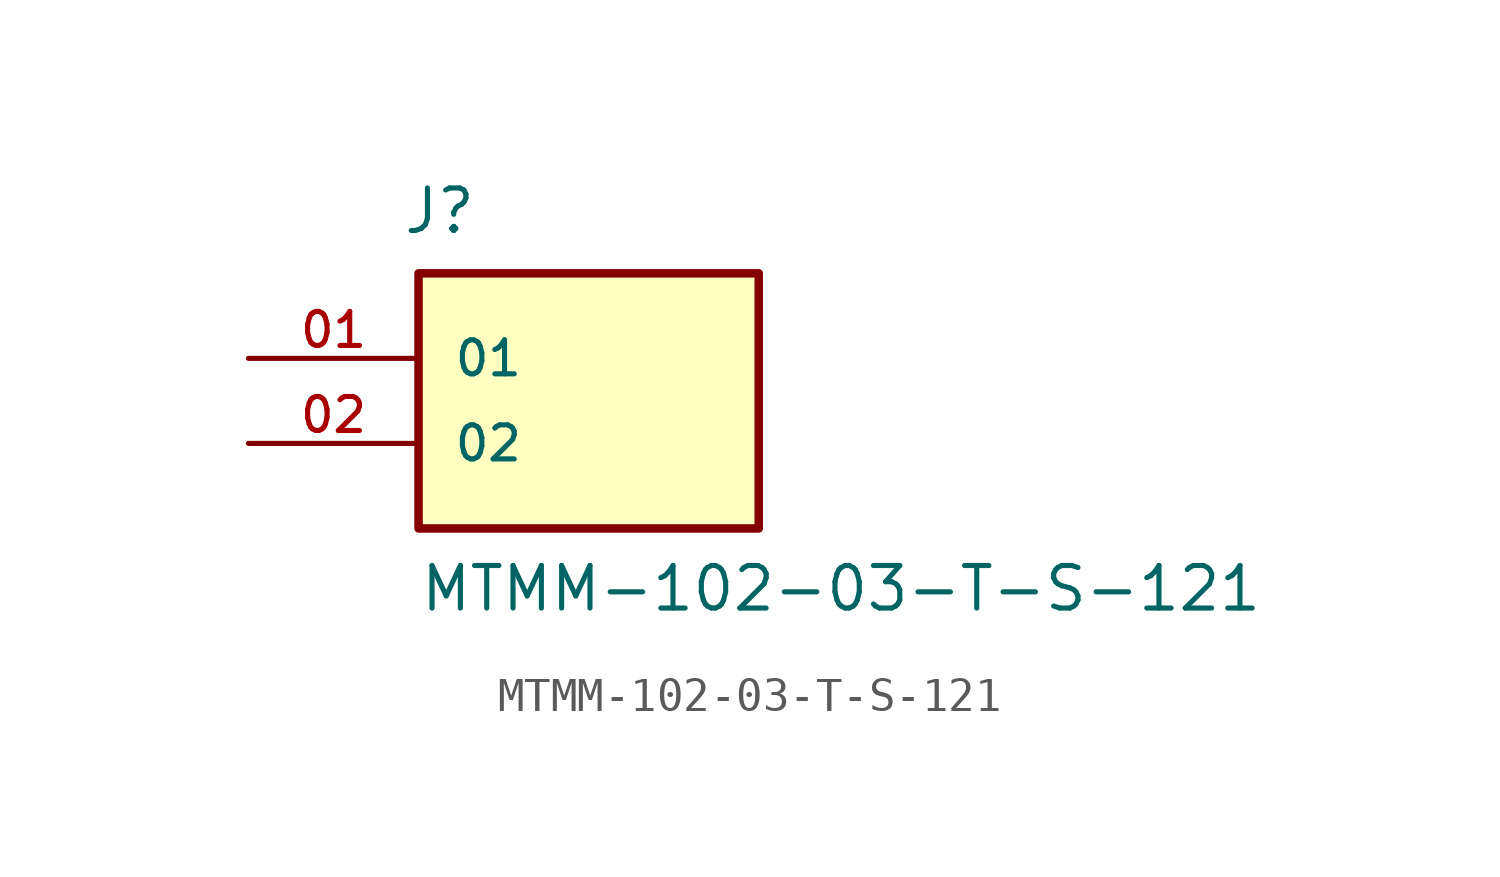
<source format=kicad_sym>
(kicad_symbol_lib
  (version 20211014)
  (generator kicad_symbol_editor)
  (symbol "MTMM-102-03-T-S-121"
    (pin_names
      (offset 1.016))
    (property "Reference" "J"
      (at -5.58 3.656 0)
      (effects (font (size 1.27 1.27)) (justify bottom left)))
    (property "Value" "MTMM-102-03-T-S-121"
      (at -5.08 -7.62 0)
      (effects (font (size 1.27 1.27)) (justify bottom left)))
    (symbol "MTMM-102-03-T-S-121_0_0"
      (rectangle (start -5.08 -5.08) (end 5.08 2.54) (stroke (width 0.254)) (fill (type background)))
      (pin passive line (at -10.16 0.0 0) (length 5.08) (name "01" (effects (font (size 1.016 1.016)))) (number "01" (effects (font (size 1.016 1.016)))))
      (pin passive line (at -10.16 -2.54 0) (length 5.08) (name "02" (effects (font (size 1.016 1.016)))) (number "02" (effects (font (size 1.016 1.016))))))))
</source>
